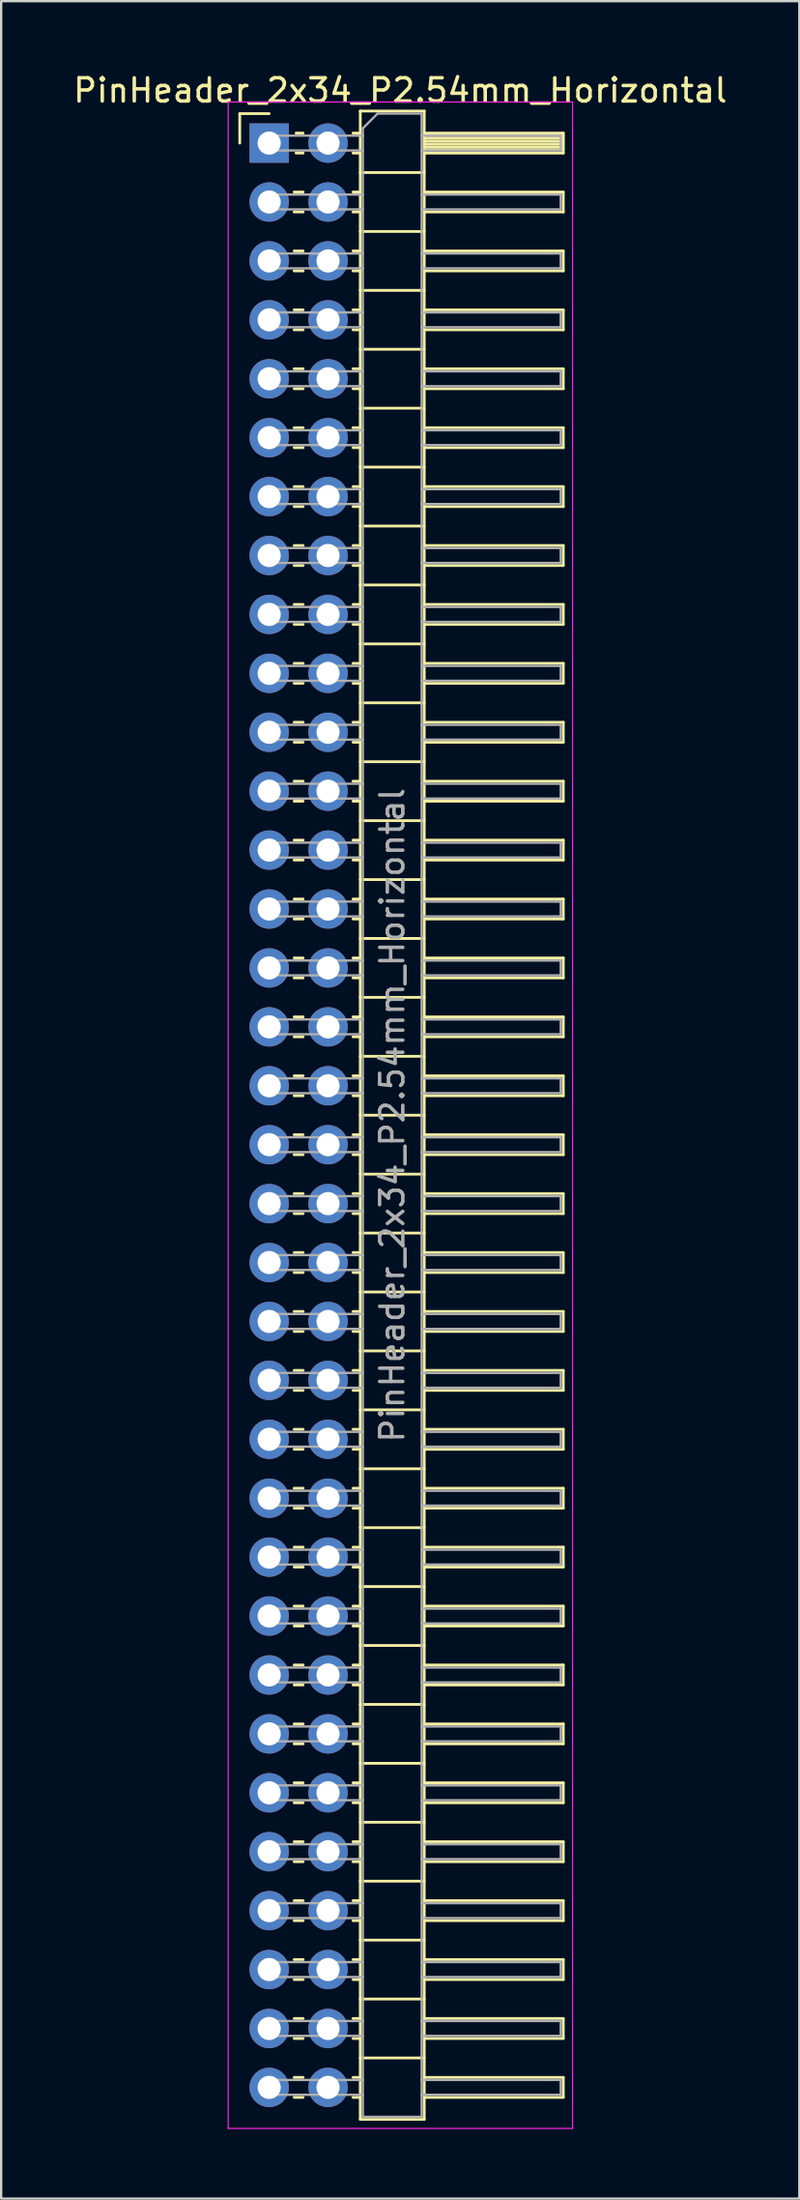
<source format=kicad_pcb>
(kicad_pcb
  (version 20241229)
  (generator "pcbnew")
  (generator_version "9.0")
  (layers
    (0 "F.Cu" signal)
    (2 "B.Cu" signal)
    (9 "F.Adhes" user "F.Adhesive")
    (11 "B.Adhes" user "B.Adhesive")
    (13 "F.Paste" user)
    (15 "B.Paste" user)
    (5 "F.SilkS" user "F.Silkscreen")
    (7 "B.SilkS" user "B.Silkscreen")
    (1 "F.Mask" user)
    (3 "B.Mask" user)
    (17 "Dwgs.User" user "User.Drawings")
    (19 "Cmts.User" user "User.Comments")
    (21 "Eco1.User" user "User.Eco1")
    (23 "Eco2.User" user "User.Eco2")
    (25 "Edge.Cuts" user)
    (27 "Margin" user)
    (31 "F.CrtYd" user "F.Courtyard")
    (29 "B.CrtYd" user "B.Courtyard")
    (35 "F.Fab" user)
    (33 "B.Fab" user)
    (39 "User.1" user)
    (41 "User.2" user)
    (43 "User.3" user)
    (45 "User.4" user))
  (footprint "PinHeader_2x34_P2.54mm_Horizontal"
    (layer "F.Cu")
    (at 8.565 3.118)
    (property "Reference" "PinHeader_2x34_P2.54mm_Horizontal" (at 5.655 -2.27 0) (layer "F.SilkS") (effects (font (size 1 1) (thickness 0.15))))
    (attr through_hole)
    (fp_line (start -1.27 -1.27) (end 0 -1.27) (stroke (width 0.12) (type solid)) (layer "F.SilkS"))
    (fp_line (start -1.27 0) (end -1.27 -1.27) (stroke (width 0.12) (type solid)) (layer "F.SilkS"))
    (fp_line (start 1.077 2.11) (end 1.463 2.11) (stroke (width 0.12) (type solid)) (layer "F.SilkS"))
    (fp_line (start 1.077 2.97) (end 1.463 2.97) (stroke (width 0.12) (type solid)) (layer "F.SilkS"))
    (fp_line (start 1.077 4.65) (end 1.463 4.65) (stroke (width 0.12) (type solid)) (layer "F.SilkS"))
    (fp_line (start 1.077 5.51) (end 1.463 5.51) (stroke (width 0.12) (type solid)) (layer "F.SilkS"))
    (fp_line (start 1.077 7.19) (end 1.463 7.19) (stroke (width 0.12) (type solid)) (layer "F.SilkS"))
    (fp_line (start 1.077 8.05) (end 1.463 8.05) (stroke (width 0.12) (type solid)) (layer "F.SilkS"))
    (fp_line (start 1.077 9.73) (end 1.463 9.73) (stroke (width 0.12) (type solid)) (layer "F.SilkS"))
    (fp_line (start 1.077 10.59) (end 1.463 10.59) (stroke (width 0.12) (type solid)) (layer "F.SilkS"))
    (fp_line (start 1.077 12.27) (end 1.463 12.27) (stroke (width 0.12) (type solid)) (layer "F.SilkS"))
    (fp_line (start 1.077 13.13) (end 1.463 13.13) (stroke (width 0.12) (type solid)) (layer "F.SilkS"))
    (fp_line (start 1.077 14.81) (end 1.463 14.81) (stroke (width 0.12) (type solid)) (layer "F.SilkS"))
    (fp_line (start 1.077 15.67) (end 1.463 15.67) (stroke (width 0.12) (type solid)) (layer "F.SilkS"))
    (fp_line (start 1.077 17.35) (end 1.463 17.35) (stroke (width 0.12) (type solid)) (layer "F.SilkS"))
    (fp_line (start 1.077 18.21) (end 1.463 18.21) (stroke (width 0.12) (type solid)) (layer "F.SilkS"))
    (fp_line (start 1.077 19.89) (end 1.463 19.89) (stroke (width 0.12) (type solid)) (layer "F.SilkS"))
    (fp_line (start 1.077 20.75) (end 1.463 20.75) (stroke (width 0.12) (type solid)) (layer "F.SilkS"))
    (fp_line (start 1.077 22.43) (end 1.463 22.43) (stroke (width 0.12) (type solid)) (layer "F.SilkS"))
    (fp_line (start 1.077 23.29) (end 1.463 23.29) (stroke (width 0.12) (type solid)) (layer "F.SilkS"))
    (fp_line (start 1.077 24.97) (end 1.463 24.97) (stroke (width 0.12) (type solid)) (layer "F.SilkS"))
    (fp_line (start 1.077 25.83) (end 1.463 25.83) (stroke (width 0.12) (type solid)) (layer "F.SilkS"))
    (fp_line (start 1.077 27.51) (end 1.463 27.51) (stroke (width 0.12) (type solid)) (layer "F.SilkS"))
    (fp_line (start 1.077 28.37) (end 1.463 28.37) (stroke (width 0.12) (type solid)) (layer "F.SilkS"))
    (fp_line (start 1.077 30.05) (end 1.463 30.05) (stroke (width 0.12) (type solid)) (layer "F.SilkS"))
    (fp_line (start 1.077 30.91) (end 1.463 30.91) (stroke (width 0.12) (type solid)) (layer "F.SilkS"))
    (fp_line (start 1.077 32.59) (end 1.463 32.59) (stroke (width 0.12) (type solid)) (layer "F.SilkS"))
    (fp_line (start 1.077 33.45) (end 1.463 33.45) (stroke (width 0.12) (type solid)) (layer "F.SilkS"))
    (fp_line (start 1.077 35.13) (end 1.463 35.13) (stroke (width 0.12) (type solid)) (layer "F.SilkS"))
    (fp_line (start 1.077 35.99) (end 1.463 35.99) (stroke (width 0.12) (type solid)) (layer "F.SilkS"))
    (fp_line (start 1.077 37.67) (end 1.463 37.67) (stroke (width 0.12) (type solid)) (layer "F.SilkS"))
    (fp_line (start 1.077 38.53) (end 1.463 38.53) (stroke (width 0.12) (type solid)) (layer "F.SilkS"))
    (fp_line (start 1.077 40.21) (end 1.463 40.21) (stroke (width 0.12) (type solid)) (layer "F.SilkS"))
    (fp_line (start 1.077 41.07) (end 1.463 41.07) (stroke (width 0.12) (type solid)) (layer "F.SilkS"))
    (fp_line (start 1.077 42.75) (end 1.463 42.75) (stroke (width 0.12) (type solid)) (layer "F.SilkS"))
    (fp_line (start 1.077 43.61) (end 1.463 43.61) (stroke (width 0.12) (type solid)) (layer "F.SilkS"))
    (fp_line (start 1.077 45.29) (end 1.463 45.29) (stroke (width 0.12) (type solid)) (layer "F.SilkS"))
    (fp_line (start 1.077 46.15) (end 1.463 46.15) (stroke (width 0.12) (type solid)) (layer "F.SilkS"))
    (fp_line (start 1.077 47.83) (end 1.463 47.83) (stroke (width 0.12) (type solid)) (layer "F.SilkS"))
    (fp_line (start 1.077 48.69) (end 1.463 48.69) (stroke (width 0.12) (type solid)) (layer "F.SilkS"))
    (fp_line (start 1.077 50.37) (end 1.463 50.37) (stroke (width 0.12) (type solid)) (layer "F.SilkS"))
    (fp_line (start 1.077 51.23) (end 1.463 51.23) (stroke (width 0.12) (type solid)) (layer "F.SilkS"))
    (fp_line (start 1.077 52.91) (end 1.463 52.91) (stroke (width 0.12) (type solid)) (layer "F.SilkS"))
    (fp_line (start 1.077 53.77) (end 1.463 53.77) (stroke (width 0.12) (type solid)) (layer "F.SilkS"))
    (fp_line (start 1.077 55.45) (end 1.463 55.45) (stroke (width 0.12) (type solid)) (layer "F.SilkS"))
    (fp_line (start 1.077 56.31) (end 1.463 56.31) (stroke (width 0.12) (type solid)) (layer "F.SilkS"))
    (fp_line (start 1.077 57.99) (end 1.463 57.99) (stroke (width 0.12) (type solid)) (layer "F.SilkS"))
    (fp_line (start 1.077 58.85) (end 1.463 58.85) (stroke (width 0.12) (type solid)) (layer "F.SilkS"))
    (fp_line (start 1.077 60.53) (end 1.463 60.53) (stroke (width 0.12) (type solid)) (layer "F.SilkS"))
    (fp_line (start 1.077 61.39) (end 1.463 61.39) (stroke (width 0.12) (type solid)) (layer "F.SilkS"))
    (fp_line (start 1.077 63.07) (end 1.463 63.07) (stroke (width 0.12) (type solid)) (layer "F.SilkS"))
    (fp_line (start 1.077 63.93) (end 1.463 63.93) (stroke (width 0.12) (type solid)) (layer "F.SilkS"))
    (fp_line (start 1.077 65.61) (end 1.463 65.61) (stroke (width 0.12) (type solid)) (layer "F.SilkS"))
    (fp_line (start 1.077 66.47) (end 1.463 66.47) (stroke (width 0.12) (type solid)) (layer "F.SilkS"))
    (fp_line (start 1.077 68.15) (end 1.463 68.15) (stroke (width 0.12) (type solid)) (layer "F.SilkS"))
    (fp_line (start 1.077 69.01) (end 1.463 69.01) (stroke (width 0.12) (type solid)) (layer "F.SilkS"))
    (fp_line (start 1.077 70.69) (end 1.463 70.69) (stroke (width 0.12) (type solid)) (layer "F.SilkS"))
    (fp_line (start 1.077 71.55) (end 1.463 71.55) (stroke (width 0.12) (type solid)) (layer "F.SilkS"))
    (fp_line (start 1.077 73.23) (end 1.463 73.23) (stroke (width 0.12) (type solid)) (layer "F.SilkS"))
    (fp_line (start 1.077 74.09) (end 1.463 74.09) (stroke (width 0.12) (type solid)) (layer "F.SilkS"))
    (fp_line (start 1.077 75.77) (end 1.463 75.77) (stroke (width 0.12) (type solid)) (layer "F.SilkS"))
    (fp_line (start 1.077 76.63) (end 1.463 76.63) (stroke (width 0.12) (type solid)) (layer "F.SilkS"))
    (fp_line (start 1.077 78.31) (end 1.463 78.31) (stroke (width 0.12) (type solid)) (layer "F.SilkS"))
    (fp_line (start 1.077 79.17) (end 1.463 79.17) (stroke (width 0.12) (type solid)) (layer "F.SilkS"))
    (fp_line (start 1.077 80.85) (end 1.463 80.85) (stroke (width 0.12) (type solid)) (layer "F.SilkS"))
    (fp_line (start 1.077 81.71) (end 1.463 81.71) (stroke (width 0.12) (type solid)) (layer "F.SilkS"))
    (fp_line (start 1.077 83.39) (end 1.463 83.39) (stroke (width 0.12) (type solid)) (layer "F.SilkS"))
    (fp_line (start 1.077 84.25) (end 1.463 84.25) (stroke (width 0.12) (type solid)) (layer "F.SilkS"))
    (fp_line (start 1.16 -0.43) (end 1.463 -0.43) (stroke (width 0.12) (type solid)) (layer "F.SilkS"))
    (fp_line (start 1.16 0.43) (end 1.463 0.43) (stroke (width 0.12) (type solid)) (layer "F.SilkS"))
    (fp_line (start 3.617 -0.43) (end 3.93 -0.43) (stroke (width 0.12) (type solid)) (layer "F.SilkS"))
    (fp_line (start 3.617 0.43) (end 3.93 0.43) (stroke (width 0.12) (type solid)) (layer "F.SilkS"))
    (fp_line (start 3.617 2.11) (end 3.93 2.11) (stroke (width 0.12) (type solid)) (layer "F.SilkS"))
    (fp_line (start 3.617 2.97) (end 3.93 2.97) (stroke (width 0.12) (type solid)) (layer "F.SilkS"))
    (fp_line (start 3.617 4.65) (end 3.93 4.65) (stroke (width 0.12) (type solid)) (layer "F.SilkS"))
    (fp_line (start 3.617 5.51) (end 3.93 5.51) (stroke (width 0.12) (type solid)) (layer "F.SilkS"))
    (fp_line (start 3.617 7.19) (end 3.93 7.19) (stroke (width 0.12) (type solid)) (layer "F.SilkS"))
    (fp_line (start 3.617 8.05) (end 3.93 8.05) (stroke (width 0.12) (type solid)) (layer "F.SilkS"))
    (fp_line (start 3.617 9.73) (end 3.93 9.73) (stroke (width 0.12) (type solid)) (layer "F.SilkS"))
    (fp_line (start 3.617 10.59) (end 3.93 10.59) (stroke (width 0.12) (type solid)) (layer "F.SilkS"))
    (fp_line (start 3.617 12.27) (end 3.93 12.27) (stroke (width 0.12) (type solid)) (layer "F.SilkS"))
    (fp_line (start 3.617 13.13) (end 3.93 13.13) (stroke (width 0.12) (type solid)) (layer "F.SilkS"))
    (fp_line (start 3.617 14.81) (end 3.93 14.81) (stroke (width 0.12) (type solid)) (layer "F.SilkS"))
    (fp_line (start 3.617 15.67) (end 3.93 15.67) (stroke (width 0.12) (type solid)) (layer "F.SilkS"))
    (fp_line (start 3.617 17.35) (end 3.93 17.35) (stroke (width 0.12) (type solid)) (layer "F.SilkS"))
    (fp_line (start 3.617 18.21) (end 3.93 18.21) (stroke (width 0.12) (type solid)) (layer "F.SilkS"))
    (fp_line (start 3.617 19.89) (end 3.93 19.89) (stroke (width 0.12) (type solid)) (layer "F.SilkS"))
    (fp_line (start 3.617 20.75) (end 3.93 20.75) (stroke (width 0.12) (type solid)) (layer "F.SilkS"))
    (fp_line (start 3.617 22.43) (end 3.93 22.43) (stroke (width 0.12) (type solid)) (layer "F.SilkS"))
    (fp_line (start 3.617 23.29) (end 3.93 23.29) (stroke (width 0.12) (type solid)) (layer "F.SilkS"))
    (fp_line (start 3.617 24.97) (end 3.93 24.97) (stroke (width 0.12) (type solid)) (layer "F.SilkS"))
    (fp_line (start 3.617 25.83) (end 3.93 25.83) (stroke (width 0.12) (type solid)) (layer "F.SilkS"))
    (fp_line (start 3.617 27.51) (end 3.93 27.51) (stroke (width 0.12) (type solid)) (layer "F.SilkS"))
    (fp_line (start 3.617 28.37) (end 3.93 28.37) (stroke (width 0.12) (type solid)) (layer "F.SilkS"))
    (fp_line (start 3.617 30.05) (end 3.93 30.05) (stroke (width 0.12) (type solid)) (layer "F.SilkS"))
    (fp_line (start 3.617 30.91) (end 3.93 30.91) (stroke (width 0.12) (type solid)) (layer "F.SilkS"))
    (fp_line (start 3.617 32.59) (end 3.93 32.59) (stroke (width 0.12) (type solid)) (layer "F.SilkS"))
    (fp_line (start 3.617 33.45) (end 3.93 33.45) (stroke (width 0.12) (type solid)) (layer "F.SilkS"))
    (fp_line (start 3.617 35.13) (end 3.93 35.13) (stroke (width 0.12) (type solid)) (layer "F.SilkS"))
    (fp_line (start 3.617 35.99) (end 3.93 35.99) (stroke (width 0.12) (type solid)) (layer "F.SilkS"))
    (fp_line (start 3.617 37.67) (end 3.93 37.67) (stroke (width 0.12) (type solid)) (layer "F.SilkS"))
    (fp_line (start 3.617 38.53) (end 3.93 38.53) (stroke (width 0.12) (type solid)) (layer "F.SilkS"))
    (fp_line (start 3.617 40.21) (end 3.93 40.21) (stroke (width 0.12) (type solid)) (layer "F.SilkS"))
    (fp_line (start 3.617 41.07) (end 3.93 41.07) (stroke (width 0.12) (type solid)) (layer "F.SilkS"))
    (fp_line (start 3.617 42.75) (end 3.93 42.75) (stroke (width 0.12) (type solid)) (layer "F.SilkS"))
    (fp_line (start 3.617 43.61) (end 3.93 43.61) (stroke (width 0.12) (type solid)) (layer "F.SilkS"))
    (fp_line (start 3.617 45.29) (end 3.93 45.29) (stroke (width 0.12) (type solid)) (layer "F.SilkS"))
    (fp_line (start 3.617 46.15) (end 3.93 46.15) (stroke (width 0.12) (type solid)) (layer "F.SilkS"))
    (fp_line (start 3.617 47.83) (end 3.93 47.83) (stroke (width 0.12) (type solid)) (layer "F.SilkS"))
    (fp_line (start 3.617 48.69) (end 3.93 48.69) (stroke (width 0.12) (type solid)) (layer "F.SilkS"))
    (fp_line (start 3.617 50.37) (end 3.93 50.37) (stroke (width 0.12) (type solid)) (layer "F.SilkS"))
    (fp_line (start 3.617 51.23) (end 3.93 51.23) (stroke (width 0.12) (type solid)) (layer "F.SilkS"))
    (fp_line (start 3.617 52.91) (end 3.93 52.91) (stroke (width 0.12) (type solid)) (layer "F.SilkS"))
    (fp_line (start 3.617 53.77) (end 3.93 53.77) (stroke (width 0.12) (type solid)) (layer "F.SilkS"))
    (fp_line (start 3.617 55.45) (end 3.93 55.45) (stroke (width 0.12) (type solid)) (layer "F.SilkS"))
    (fp_line (start 3.617 56.31) (end 3.93 56.31) (stroke (width 0.12) (type solid)) (layer "F.SilkS"))
    (fp_line (start 3.617 57.99) (end 3.93 57.99) (stroke (width 0.12) (type solid)) (layer "F.SilkS"))
    (fp_line (start 3.617 58.85) (end 3.93 58.85) (stroke (width 0.12) (type solid)) (layer "F.SilkS"))
    (fp_line (start 3.617 60.53) (end 3.93 60.53) (stroke (width 0.12) (type solid)) (layer "F.SilkS"))
    (fp_line (start 3.617 61.39) (end 3.93 61.39) (stroke (width 0.12) (type solid)) (layer "F.SilkS"))
    (fp_line (start 3.617 63.07) (end 3.93 63.07) (stroke (width 0.12) (type solid)) (layer "F.SilkS"))
    (fp_line (start 3.617 63.93) (end 3.93 63.93) (stroke (width 0.12) (type solid)) (layer "F.SilkS"))
    (fp_line (start 3.617 65.61) (end 3.93 65.61) (stroke (width 0.12) (type solid)) (layer "F.SilkS"))
    (fp_line (start 3.617 66.47) (end 3.93 66.47) (stroke (width 0.12) (type solid)) (layer "F.SilkS"))
    (fp_line (start 3.617 68.15) (end 3.93 68.15) (stroke (width 0.12) (type solid)) (layer "F.SilkS"))
    (fp_line (start 3.617 69.01) (end 3.93 69.01) (stroke (width 0.12) (type solid)) (layer "F.SilkS"))
    (fp_line (start 3.617 70.69) (end 3.93 70.69) (stroke (width 0.12) (type solid)) (layer "F.SilkS"))
    (fp_line (start 3.617 71.55) (end 3.93 71.55) (stroke (width 0.12) (type solid)) (layer "F.SilkS"))
    (fp_line (start 3.617 73.23) (end 3.93 73.23) (stroke (width 0.12) (type solid)) (layer "F.SilkS"))
    (fp_line (start 3.617 74.09) (end 3.93 74.09) (stroke (width 0.12) (type solid)) (layer "F.SilkS"))
    (fp_line (start 3.617 75.77) (end 3.93 75.77) (stroke (width 0.12) (type solid)) (layer "F.SilkS"))
    (fp_line (start 3.617 76.63) (end 3.93 76.63) (stroke (width 0.12) (type solid)) (layer "F.SilkS"))
    (fp_line (start 3.617 78.31) (end 3.93 78.31) (stroke (width 0.12) (type solid)) (layer "F.SilkS"))
    (fp_line (start 3.617 79.17) (end 3.93 79.17) (stroke (width 0.12) (type solid)) (layer "F.SilkS"))
    (fp_line (start 3.617 80.85) (end 3.93 80.85) (stroke (width 0.12) (type solid)) (layer "F.SilkS"))
    (fp_line (start 3.617 81.71) (end 3.93 81.71) (stroke (width 0.12) (type solid)) (layer "F.SilkS"))
    (fp_line (start 3.617 83.39) (end 3.93 83.39) (stroke (width 0.12) (type solid)) (layer "F.SilkS"))
    (fp_line (start 3.617 84.25) (end 3.93 84.25) (stroke (width 0.12) (type solid)) (layer "F.SilkS"))
    (fp_line (start 3.93 -1.38) (end 3.93 85.2) (stroke (width 0.12) (type solid)) (layer "F.SilkS"))
    (fp_line (start 3.93 1.27) (end 6.69 1.27) (stroke (width 0.12) (type solid)) (layer "F.SilkS"))
    (fp_line (start 3.93 3.81) (end 6.69 3.81) (stroke (width 0.12) (type solid)) (layer "F.SilkS"))
    (fp_line (start 3.93 6.35) (end 6.69 6.35) (stroke (width 0.12) (type solid)) (layer "F.SilkS"))
    (fp_line (start 3.93 8.89) (end 6.69 8.89) (stroke (width 0.12) (type solid)) (layer "F.SilkS"))
    (fp_line (start 3.93 11.43) (end 6.69 11.43) (stroke (width 0.12) (type solid)) (layer "F.SilkS"))
    (fp_line (start 3.93 13.97) (end 6.69 13.97) (stroke (width 0.12) (type solid)) (layer "F.SilkS"))
    (fp_line (start 3.93 16.51) (end 6.69 16.51) (stroke (width 0.12) (type solid)) (layer "F.SilkS"))
    (fp_line (start 3.93 19.05) (end 6.69 19.05) (stroke (width 0.12) (type solid)) (layer "F.SilkS"))
    (fp_line (start 3.93 21.59) (end 6.69 21.59) (stroke (width 0.12) (type solid)) (layer "F.SilkS"))
    (fp_line (start 3.93 24.13) (end 6.69 24.13) (stroke (width 0.12) (type solid)) (layer "F.SilkS"))
    (fp_line (start 3.93 26.67) (end 6.69 26.67) (stroke (width 0.12) (type solid)) (layer "F.SilkS"))
    (fp_line (start 3.93 29.21) (end 6.69 29.21) (stroke (width 0.12) (type solid)) (layer "F.SilkS"))
    (fp_line (start 3.93 31.75) (end 6.69 31.75) (stroke (width 0.12) (type solid)) (layer "F.SilkS"))
    (fp_line (start 3.93 34.29) (end 6.69 34.29) (stroke (width 0.12) (type solid)) (layer "F.SilkS"))
    (fp_line (start 3.93 36.83) (end 6.69 36.83) (stroke (width 0.12) (type solid)) (layer "F.SilkS"))
    (fp_line (start 3.93 39.37) (end 6.69 39.37) (stroke (width 0.12) (type solid)) (layer "F.SilkS"))
    (fp_line (start 3.93 41.91) (end 6.69 41.91) (stroke (width 0.12) (type solid)) (layer "F.SilkS"))
    (fp_line (start 3.93 44.45) (end 6.69 44.45) (stroke (width 0.12) (type solid)) (layer "F.SilkS"))
    (fp_line (start 3.93 46.99) (end 6.69 46.99) (stroke (width 0.12) (type solid)) (layer "F.SilkS"))
    (fp_line (start 3.93 49.53) (end 6.69 49.53) (stroke (width 0.12) (type solid)) (layer "F.SilkS"))
    (fp_line (start 3.93 52.07) (end 6.69 52.07) (stroke (width 0.12) (type solid)) (layer "F.SilkS"))
    (fp_line (start 3.93 54.61) (end 6.69 54.61) (stroke (width 0.12) (type solid)) (layer "F.SilkS"))
    (fp_line (start 3.93 57.15) (end 6.69 57.15) (stroke (width 0.12) (type solid)) (layer "F.SilkS"))
    (fp_line (start 3.93 59.69) (end 6.69 59.69) (stroke (width 0.12) (type solid)) (layer "F.SilkS"))
    (fp_line (start 3.93 62.23) (end 6.69 62.23) (stroke (width 0.12) (type solid)) (layer "F.SilkS"))
    (fp_line (start 3.93 64.77) (end 6.69 64.77) (stroke (width 0.12) (type solid)) (layer "F.SilkS"))
    (fp_line (start 3.93 67.31) (end 6.69 67.31) (stroke (width 0.12) (type solid)) (layer "F.SilkS"))
    (fp_line (start 3.93 69.85) (end 6.69 69.85) (stroke (width 0.12) (type solid)) (layer "F.SilkS"))
    (fp_line (start 3.93 72.39) (end 6.69 72.39) (stroke (width 0.12) (type solid)) (layer "F.SilkS"))
    (fp_line (start 3.93 74.93) (end 6.69 74.93) (stroke (width 0.12) (type solid)) (layer "F.SilkS"))
    (fp_line (start 3.93 77.47) (end 6.69 77.47) (stroke (width 0.12) (type solid)) (layer "F.SilkS"))
    (fp_line (start 3.93 80.01) (end 6.69 80.01) (stroke (width 0.12) (type solid)) (layer "F.SilkS"))
    (fp_line (start 3.93 82.55) (end 6.69 82.55) (stroke (width 0.12) (type solid)) (layer "F.SilkS"))
    (fp_line (start 3.93 85.2) (end 6.69 85.2) (stroke (width 0.12) (type solid)) (layer "F.SilkS"))
    (fp_line (start 6.69 -1.38) (end 3.93 -1.38) (stroke (width 0.12) (type solid)) (layer "F.SilkS"))
    (fp_line (start 6.69 -0.43) (end 12.69 -0.43) (stroke (width 0.12) (type solid)) (layer "F.SilkS"))
    (fp_line (start 6.69 -0.32) (end 12.69 -0.32) (stroke (width 0.12) (type solid)) (layer "F.SilkS"))
    (fp_line (start 6.69 -0.2) (end 12.69 -0.2) (stroke (width 0.12) (type solid)) (layer "F.SilkS"))
    (fp_line (start 6.69 -0.08) (end 12.69 -0.08) (stroke (width 0.12) (type solid)) (layer "F.SilkS"))
    (fp_line (start 6.69 0.04) (end 12.69 0.04) (stroke (width 0.12) (type solid)) (layer "F.SilkS"))
    (fp_line (start 6.69 0.16) (end 12.69 0.16) (stroke (width 0.12) (type solid)) (layer "F.SilkS"))
    (fp_line (start 6.69 0.28) (end 12.69 0.28) (stroke (width 0.12) (type solid)) (layer "F.SilkS"))
    (fp_line (start 6.69 2.11) (end 12.69 2.11) (stroke (width 0.12) (type solid)) (layer "F.SilkS"))
    (fp_line (start 6.69 4.65) (end 12.69 4.65) (stroke (width 0.12) (type solid)) (layer "F.SilkS"))
    (fp_line (start 6.69 7.19) (end 12.69 7.19) (stroke (width 0.12) (type solid)) (layer "F.SilkS"))
    (fp_line (start 6.69 9.73) (end 12.69 9.73) (stroke (width 0.12) (type solid)) (layer "F.SilkS"))
    (fp_line (start 6.69 12.27) (end 12.69 12.27) (stroke (width 0.12) (type solid)) (layer "F.SilkS"))
    (fp_line (start 6.69 14.81) (end 12.69 14.81) (stroke (width 0.12) (type solid)) (layer "F.SilkS"))
    (fp_line (start 6.69 17.35) (end 12.69 17.35) (stroke (width 0.12) (type solid)) (layer "F.SilkS"))
    (fp_line (start 6.69 19.89) (end 12.69 19.89) (stroke (width 0.12) (type solid)) (layer "F.SilkS"))
    (fp_line (start 6.69 22.43) (end 12.69 22.43) (stroke (width 0.12) (type solid)) (layer "F.SilkS"))
    (fp_line (start 6.69 24.97) (end 12.69 24.97) (stroke (width 0.12) (type solid)) (layer "F.SilkS"))
    (fp_line (start 6.69 27.51) (end 12.69 27.51) (stroke (width 0.12) (type solid)) (layer "F.SilkS"))
    (fp_line (start 6.69 30.05) (end 12.69 30.05) (stroke (width 0.12) (type solid)) (layer "F.SilkS"))
    (fp_line (start 6.69 32.59) (end 12.69 32.59) (stroke (width 0.12) (type solid)) (layer "F.SilkS"))
    (fp_line (start 6.69 35.13) (end 12.69 35.13) (stroke (width 0.12) (type solid)) (layer "F.SilkS"))
    (fp_line (start 6.69 37.67) (end 12.69 37.67) (stroke (width 0.12) (type solid)) (layer "F.SilkS"))
    (fp_line (start 6.69 40.21) (end 12.69 40.21) (stroke (width 0.12) (type solid)) (layer "F.SilkS"))
    (fp_line (start 6.69 42.75) (end 12.69 42.75) (stroke (width 0.12) (type solid)) (layer "F.SilkS"))
    (fp_line (start 6.69 45.29) (end 12.69 45.29) (stroke (width 0.12) (type solid)) (layer "F.SilkS"))
    (fp_line (start 6.69 47.83) (end 12.69 47.83) (stroke (width 0.12) (type solid)) (layer "F.SilkS"))
    (fp_line (start 6.69 50.37) (end 12.69 50.37) (stroke (width 0.12) (type solid)) (layer "F.SilkS"))
    (fp_line (start 6.69 52.91) (end 12.69 52.91) (stroke (width 0.12) (type solid)) (layer "F.SilkS"))
    (fp_line (start 6.69 55.45) (end 12.69 55.45) (stroke (width 0.12) (type solid)) (layer "F.SilkS"))
    (fp_line (start 6.69 57.99) (end 12.69 57.99) (stroke (width 0.12) (type solid)) (layer "F.SilkS"))
    (fp_line (start 6.69 60.53) (end 12.69 60.53) (stroke (width 0.12) (type solid)) (layer "F.SilkS"))
    (fp_line (start 6.69 63.07) (end 12.69 63.07) (stroke (width 0.12) (type solid)) (layer "F.SilkS"))
    (fp_line (start 6.69 65.61) (end 12.69 65.61) (stroke (width 0.12) (type solid)) (layer "F.SilkS"))
    (fp_line (start 6.69 68.15) (end 12.69 68.15) (stroke (width 0.12) (type solid)) (layer "F.SilkS"))
    (fp_line (start 6.69 70.69) (end 12.69 70.69) (stroke (width 0.12) (type solid)) (layer "F.SilkS"))
    (fp_line (start 6.69 73.23) (end 12.69 73.23) (stroke (width 0.12) (type solid)) (layer "F.SilkS"))
    (fp_line (start 6.69 75.77) (end 12.69 75.77) (stroke (width 0.12) (type solid)) (layer "F.SilkS"))
    (fp_line (start 6.69 78.31) (end 12.69 78.31) (stroke (width 0.12) (type solid)) (layer "F.SilkS"))
    (fp_line (start 6.69 80.85) (end 12.69 80.85) (stroke (width 0.12) (type solid)) (layer "F.SilkS"))
    (fp_line (start 6.69 83.39) (end 12.69 83.39) (stroke (width 0.12) (type solid)) (layer "F.SilkS"))
    (fp_line (start 6.69 85.2) (end 6.69 -1.38) (stroke (width 0.12) (type solid)) (layer "F.SilkS"))
    (fp_line (start 12.69 -0.43) (end 12.69 0.43) (stroke (width 0.12) (type solid)) (layer "F.SilkS"))
    (fp_line (start 12.69 0.43) (end 6.69 0.43) (stroke (width 0.12) (type solid)) (layer "F.SilkS"))
    (fp_line (start 12.69 2.11) (end 12.69 2.97) (stroke (width 0.12) (type solid)) (layer "F.SilkS"))
    (fp_line (start 12.69 2.97) (end 6.69 2.97) (stroke (width 0.12) (type solid)) (layer "F.SilkS"))
    (fp_line (start 12.69 4.65) (end 12.69 5.51) (stroke (width 0.12) (type solid)) (layer "F.SilkS"))
    (fp_line (start 12.69 5.51) (end 6.69 5.51) (stroke (width 0.12) (type solid)) (layer "F.SilkS"))
    (fp_line (start 12.69 7.19) (end 12.69 8.05) (stroke (width 0.12) (type solid)) (layer "F.SilkS"))
    (fp_line (start 12.69 8.05) (end 6.69 8.05) (stroke (width 0.12) (type solid)) (layer "F.SilkS"))
    (fp_line (start 12.69 9.73) (end 12.69 10.59) (stroke (width 0.12) (type solid)) (layer "F.SilkS"))
    (fp_line (start 12.69 10.59) (end 6.69 10.59) (stroke (width 0.12) (type solid)) (layer "F.SilkS"))
    (fp_line (start 12.69 12.27) (end 12.69 13.13) (stroke (width 0.12) (type solid)) (layer "F.SilkS"))
    (fp_line (start 12.69 13.13) (end 6.69 13.13) (stroke (width 0.12) (type solid)) (layer "F.SilkS"))
    (fp_line (start 12.69 14.81) (end 12.69 15.67) (stroke (width 0.12) (type solid)) (layer "F.SilkS"))
    (fp_line (start 12.69 15.67) (end 6.69 15.67) (stroke (width 0.12) (type solid)) (layer "F.SilkS"))
    (fp_line (start 12.69 17.35) (end 12.69 18.21) (stroke (width 0.12) (type solid)) (layer "F.SilkS"))
    (fp_line (start 12.69 18.21) (end 6.69 18.21) (stroke (width 0.12) (type solid)) (layer "F.SilkS"))
    (fp_line (start 12.69 19.89) (end 12.69 20.75) (stroke (width 0.12) (type solid)) (layer "F.SilkS"))
    (fp_line (start 12.69 20.75) (end 6.69 20.75) (stroke (width 0.12) (type solid)) (layer "F.SilkS"))
    (fp_line (start 12.69 22.43) (end 12.69 23.29) (stroke (width 0.12) (type solid)) (layer "F.SilkS"))
    (fp_line (start 12.69 23.29) (end 6.69 23.29) (stroke (width 0.12) (type solid)) (layer "F.SilkS"))
    (fp_line (start 12.69 24.97) (end 12.69 25.83) (stroke (width 0.12) (type solid)) (layer "F.SilkS"))
    (fp_line (start 12.69 25.83) (end 6.69 25.83) (stroke (width 0.12) (type solid)) (layer "F.SilkS"))
    (fp_line (start 12.69 27.51) (end 12.69 28.37) (stroke (width 0.12) (type solid)) (layer "F.SilkS"))
    (fp_line (start 12.69 28.37) (end 6.69 28.37) (stroke (width 0.12) (type solid)) (layer "F.SilkS"))
    (fp_line (start 12.69 30.05) (end 12.69 30.91) (stroke (width 0.12) (type solid)) (layer "F.SilkS"))
    (fp_line (start 12.69 30.91) (end 6.69 30.91) (stroke (width 0.12) (type solid)) (layer "F.SilkS"))
    (fp_line (start 12.69 32.59) (end 12.69 33.45) (stroke (width 0.12) (type solid)) (layer "F.SilkS"))
    (fp_line (start 12.69 33.45) (end 6.69 33.45) (stroke (width 0.12) (type solid)) (layer "F.SilkS"))
    (fp_line (start 12.69 35.13) (end 12.69 35.99) (stroke (width 0.12) (type solid)) (layer "F.SilkS"))
    (fp_line (start 12.69 35.99) (end 6.69 35.99) (stroke (width 0.12) (type solid)) (layer "F.SilkS"))
    (fp_line (start 12.69 37.67) (end 12.69 38.53) (stroke (width 0.12) (type solid)) (layer "F.SilkS"))
    (fp_line (start 12.69 38.53) (end 6.69 38.53) (stroke (width 0.12) (type solid)) (layer "F.SilkS"))
    (fp_line (start 12.69 40.21) (end 12.69 41.07) (stroke (width 0.12) (type solid)) (layer "F.SilkS"))
    (fp_line (start 12.69 41.07) (end 6.69 41.07) (stroke (width 0.12) (type solid)) (layer "F.SilkS"))
    (fp_line (start 12.69 42.75) (end 12.69 43.61) (stroke (width 0.12) (type solid)) (layer "F.SilkS"))
    (fp_line (start 12.69 43.61) (end 6.69 43.61) (stroke (width 0.12) (type solid)) (layer "F.SilkS"))
    (fp_line (start 12.69 45.29) (end 12.69 46.15) (stroke (width 0.12) (type solid)) (layer "F.SilkS"))
    (fp_line (start 12.69 46.15) (end 6.69 46.15) (stroke (width 0.12) (type solid)) (layer "F.SilkS"))
    (fp_line (start 12.69 47.83) (end 12.69 48.69) (stroke (width 0.12) (type solid)) (layer "F.SilkS"))
    (fp_line (start 12.69 48.69) (end 6.69 48.69) (stroke (width 0.12) (type solid)) (layer "F.SilkS"))
    (fp_line (start 12.69 50.37) (end 12.69 51.23) (stroke (width 0.12) (type solid)) (layer "F.SilkS"))
    (fp_line (start 12.69 51.23) (end 6.69 51.23) (stroke (width 0.12) (type solid)) (layer "F.SilkS"))
    (fp_line (start 12.69 52.91) (end 12.69 53.77) (stroke (width 0.12) (type solid)) (layer "F.SilkS"))
    (fp_line (start 12.69 53.77) (end 6.69 53.77) (stroke (width 0.12) (type solid)) (layer "F.SilkS"))
    (fp_line (start 12.69 55.45) (end 12.69 56.31) (stroke (width 0.12) (type solid)) (layer "F.SilkS"))
    (fp_line (start 12.69 56.31) (end 6.69 56.31) (stroke (width 0.12) (type solid)) (layer "F.SilkS"))
    (fp_line (start 12.69 57.99) (end 12.69 58.85) (stroke (width 0.12) (type solid)) (layer "F.SilkS"))
    (fp_line (start 12.69 58.85) (end 6.69 58.85) (stroke (width 0.12) (type solid)) (layer "F.SilkS"))
    (fp_line (start 12.69 60.53) (end 12.69 61.39) (stroke (width 0.12) (type solid)) (layer "F.SilkS"))
    (fp_line (start 12.69 61.39) (end 6.69 61.39) (stroke (width 0.12) (type solid)) (layer "F.SilkS"))
    (fp_line (start 12.69 63.07) (end 12.69 63.93) (stroke (width 0.12) (type solid)) (layer "F.SilkS"))
    (fp_line (start 12.69 63.93) (end 6.69 63.93) (stroke (width 0.12) (type solid)) (layer "F.SilkS"))
    (fp_line (start 12.69 65.61) (end 12.69 66.47) (stroke (width 0.12) (type solid)) (layer "F.SilkS"))
    (fp_line (start 12.69 66.47) (end 6.69 66.47) (stroke (width 0.12) (type solid)) (layer "F.SilkS"))
    (fp_line (start 12.69 68.15) (end 12.69 69.01) (stroke (width 0.12) (type solid)) (layer "F.SilkS"))
    (fp_line (start 12.69 69.01) (end 6.69 69.01) (stroke (width 0.12) (type solid)) (layer "F.SilkS"))
    (fp_line (start 12.69 70.69) (end 12.69 71.55) (stroke (width 0.12) (type solid)) (layer "F.SilkS"))
    (fp_line (start 12.69 71.55) (end 6.69 71.55) (stroke (width 0.12) (type solid)) (layer "F.SilkS"))
    (fp_line (start 12.69 73.23) (end 12.69 74.09) (stroke (width 0.12) (type solid)) (layer "F.SilkS"))
    (fp_line (start 12.69 74.09) (end 6.69 74.09) (stroke (width 0.12) (type solid)) (layer "F.SilkS"))
    (fp_line (start 12.69 75.77) (end 12.69 76.63) (stroke (width 0.12) (type solid)) (layer "F.SilkS"))
    (fp_line (start 12.69 76.63) (end 6.69 76.63) (stroke (width 0.12) (type solid)) (layer "F.SilkS"))
    (fp_line (start 12.69 78.31) (end 12.69 79.17) (stroke (width 0.12) (type solid)) (layer "F.SilkS"))
    (fp_line (start 12.69 79.17) (end 6.69 79.17) (stroke (width 0.12) (type solid)) (layer "F.SilkS"))
    (fp_line (start 12.69 80.85) (end 12.69 81.71) (stroke (width 0.12) (type solid)) (layer "F.SilkS"))
    (fp_line (start 12.69 81.71) (end 6.69 81.71) (stroke (width 0.12) (type solid)) (layer "F.SilkS"))
    (fp_line (start 12.69 83.39) (end 12.69 84.25) (stroke (width 0.12) (type solid)) (layer "F.SilkS"))
    (fp_line (start 12.69 84.25) (end 6.69 84.25) (stroke (width 0.12) (type solid)) (layer "F.SilkS"))
    (fp_line (start -1.77 -1.77) (end -1.77 85.59) (stroke (width 0.05) (type solid)) (layer "F.CrtYd"))
    (fp_line (start -1.77 85.59) (end 13.09 85.59) (stroke (width 0.05) (type solid)) (layer "F.CrtYd"))
    (fp_line (start 13.09 -1.77) (end -1.77 -1.77) (stroke (width 0.05) (type solid)) (layer "F.CrtYd"))
    (fp_line (start 13.09 85.59) (end 13.09 -1.77) (stroke (width 0.05) (type solid)) (layer "F.CrtYd"))
    (fp_line (start -0.32 -0.32) (end -0.32 0.32) (stroke (width 0.1) (type solid)) (layer "F.Fab"))
    (fp_line (start -0.32 -0.32) (end 4.04 -0.32) (stroke (width 0.1) (type solid)) (layer "F.Fab"))
    (fp_line (start -0.32 0.32) (end 4.04 0.32) (stroke (width 0.1) (type solid)) (layer "F.Fab"))
    (fp_line (start -0.32 2.22) (end -0.32 2.86) (stroke (width 0.1) (type solid)) (layer "F.Fab"))
    (fp_line (start -0.32 2.22) (end 4.04 2.22) (stroke (width 0.1) (type solid)) (layer "F.Fab"))
    (fp_line (start -0.32 2.86) (end 4.04 2.86) (stroke (width 0.1) (type solid)) (layer "F.Fab"))
    (fp_line (start -0.32 4.76) (end -0.32 5.4) (stroke (width 0.1) (type solid)) (layer "F.Fab"))
    (fp_line (start -0.32 4.76) (end 4.04 4.76) (stroke (width 0.1) (type solid)) (layer "F.Fab"))
    (fp_line (start -0.32 5.4) (end 4.04 5.4) (stroke (width 0.1) (type solid)) (layer "F.Fab"))
    (fp_line (start -0.32 7.3) (end -0.32 7.94) (stroke (width 0.1) (type solid)) (layer "F.Fab"))
    (fp_line (start -0.32 7.3) (end 4.04 7.3) (stroke (width 0.1) (type solid)) (layer "F.Fab"))
    (fp_line (start -0.32 7.94) (end 4.04 7.94) (stroke (width 0.1) (type solid)) (layer "F.Fab"))
    (fp_line (start -0.32 9.84) (end -0.32 10.48) (stroke (width 0.1) (type solid)) (layer "F.Fab"))
    (fp_line (start -0.32 9.84) (end 4.04 9.84) (stroke (width 0.1) (type solid)) (layer "F.Fab"))
    (fp_line (start -0.32 10.48) (end 4.04 10.48) (stroke (width 0.1) (type solid)) (layer "F.Fab"))
    (fp_line (start -0.32 12.38) (end -0.32 13.02) (stroke (width 0.1) (type solid)) (layer "F.Fab"))
    (fp_line (start -0.32 12.38) (end 4.04 12.38) (stroke (width 0.1) (type solid)) (layer "F.Fab"))
    (fp_line (start -0.32 13.02) (end 4.04 13.02) (stroke (width 0.1) (type solid)) (layer "F.Fab"))
    (fp_line (start -0.32 14.92) (end -0.32 15.56) (stroke (width 0.1) (type solid)) (layer "F.Fab"))
    (fp_line (start -0.32 14.92) (end 4.04 14.92) (stroke (width 0.1) (type solid)) (layer "F.Fab"))
    (fp_line (start -0.32 15.56) (end 4.04 15.56) (stroke (width 0.1) (type solid)) (layer "F.Fab"))
    (fp_line (start -0.32 17.46) (end -0.32 18.1) (stroke (width 0.1) (type solid)) (layer "F.Fab"))
    (fp_line (start -0.32 17.46) (end 4.04 17.46) (stroke (width 0.1) (type solid)) (layer "F.Fab"))
    (fp_line (start -0.32 18.1) (end 4.04 18.1) (stroke (width 0.1) (type solid)) (layer "F.Fab"))
    (fp_line (start -0.32 20) (end -0.32 20.64) (stroke (width 0.1) (type solid)) (layer "F.Fab"))
    (fp_line (start -0.32 20) (end 4.04 20) (stroke (width 0.1) (type solid)) (layer "F.Fab"))
    (fp_line (start -0.32 20.64) (end 4.04 20.64) (stroke (width 0.1) (type solid)) (layer "F.Fab"))
    (fp_line (start -0.32 22.54) (end -0.32 23.18) (stroke (width 0.1) (type solid)) (layer "F.Fab"))
    (fp_line (start -0.32 22.54) (end 4.04 22.54) (stroke (width 0.1) (type solid)) (layer "F.Fab"))
    (fp_line (start -0.32 23.18) (end 4.04 23.18) (stroke (width 0.1) (type solid)) (layer "F.Fab"))
    (fp_line (start -0.32 25.08) (end -0.32 25.72) (stroke (width 0.1) (type solid)) (layer "F.Fab"))
    (fp_line (start -0.32 25.08) (end 4.04 25.08) (stroke (width 0.1) (type solid)) (layer "F.Fab"))
    (fp_line (start -0.32 25.72) (end 4.04 25.72) (stroke (width 0.1) (type solid)) (layer "F.Fab"))
    (fp_line (start -0.32 27.62) (end -0.32 28.26) (stroke (width 0.1) (type solid)) (layer "F.Fab"))
    (fp_line (start -0.32 27.62) (end 4.04 27.62) (stroke (width 0.1) (type solid)) (layer "F.Fab"))
    (fp_line (start -0.32 28.26) (end 4.04 28.26) (stroke (width 0.1) (type solid)) (layer "F.Fab"))
    (fp_line (start -0.32 30.16) (end -0.32 30.8) (stroke (width 0.1) (type solid)) (layer "F.Fab"))
    (fp_line (start -0.32 30.16) (end 4.04 30.16) (stroke (width 0.1) (type solid)) (layer "F.Fab"))
    (fp_line (start -0.32 30.8) (end 4.04 30.8) (stroke (width 0.1) (type solid)) (layer "F.Fab"))
    (fp_line (start -0.32 32.7) (end -0.32 33.34) (stroke (width 0.1) (type solid)) (layer "F.Fab"))
    (fp_line (start -0.32 32.7) (end 4.04 32.7) (stroke (width 0.1) (type solid)) (layer "F.Fab"))
    (fp_line (start -0.32 33.34) (end 4.04 33.34) (stroke (width 0.1) (type solid)) (layer "F.Fab"))
    (fp_line (start -0.32 35.24) (end -0.32 35.88) (stroke (width 0.1) (type solid)) (layer "F.Fab"))
    (fp_line (start -0.32 35.24) (end 4.04 35.24) (stroke (width 0.1) (type solid)) (layer "F.Fab"))
    (fp_line (start -0.32 35.88) (end 4.04 35.88) (stroke (width 0.1) (type solid)) (layer "F.Fab"))
    (fp_line (start -0.32 37.78) (end -0.32 38.42) (stroke (width 0.1) (type solid)) (layer "F.Fab"))
    (fp_line (start -0.32 37.78) (end 4.04 37.78) (stroke (width 0.1) (type solid)) (layer "F.Fab"))
    (fp_line (start -0.32 38.42) (end 4.04 38.42) (stroke (width 0.1) (type solid)) (layer "F.Fab"))
    (fp_line (start -0.32 40.32) (end -0.32 40.96) (stroke (width 0.1) (type solid)) (layer "F.Fab"))
    (fp_line (start -0.32 40.32) (end 4.04 40.32) (stroke (width 0.1) (type solid)) (layer "F.Fab"))
    (fp_line (start -0.32 40.96) (end 4.04 40.96) (stroke (width 0.1) (type solid)) (layer "F.Fab"))
    (fp_line (start -0.32 42.86) (end -0.32 43.5) (stroke (width 0.1) (type solid)) (layer "F.Fab"))
    (fp_line (start -0.32 42.86) (end 4.04 42.86) (stroke (width 0.1) (type solid)) (layer "F.Fab"))
    (fp_line (start -0.32 43.5) (end 4.04 43.5) (stroke (width 0.1) (type solid)) (layer "F.Fab"))
    (fp_line (start -0.32 45.4) (end -0.32 46.04) (stroke (width 0.1) (type solid)) (layer "F.Fab"))
    (fp_line (start -0.32 45.4) (end 4.04 45.4) (stroke (width 0.1) (type solid)) (layer "F.Fab"))
    (fp_line (start -0.32 46.04) (end 4.04 46.04) (stroke (width 0.1) (type solid)) (layer "F.Fab"))
    (fp_line (start -0.32 47.94) (end -0.32 48.58) (stroke (width 0.1) (type solid)) (layer "F.Fab"))
    (fp_line (start -0.32 47.94) (end 4.04 47.94) (stroke (width 0.1) (type solid)) (layer "F.Fab"))
    (fp_line (start -0.32 48.58) (end 4.04 48.58) (stroke (width 0.1) (type solid)) (layer "F.Fab"))
    (fp_line (start -0.32 50.48) (end -0.32 51.12) (stroke (width 0.1) (type solid)) (layer "F.Fab"))
    (fp_line (start -0.32 50.48) (end 4.04 50.48) (stroke (width 0.1) (type solid)) (layer "F.Fab"))
    (fp_line (start -0.32 51.12) (end 4.04 51.12) (stroke (width 0.1) (type solid)) (layer "F.Fab"))
    (fp_line (start -0.32 53.02) (end -0.32 53.66) (stroke (width 0.1) (type solid)) (layer "F.Fab"))
    (fp_line (start -0.32 53.02) (end 4.04 53.02) (stroke (width 0.1) (type solid)) (layer "F.Fab"))
    (fp_line (start -0.32 53.66) (end 4.04 53.66) (stroke (width 0.1) (type solid)) (layer "F.Fab"))
    (fp_line (start -0.32 55.56) (end -0.32 56.2) (stroke (width 0.1) (type solid)) (layer "F.Fab"))
    (fp_line (start -0.32 55.56) (end 4.04 55.56) (stroke (width 0.1) (type solid)) (layer "F.Fab"))
    (fp_line (start -0.32 56.2) (end 4.04 56.2) (stroke (width 0.1) (type solid)) (layer "F.Fab"))
    (fp_line (start -0.32 58.1) (end -0.32 58.74) (stroke (width 0.1) (type solid)) (layer "F.Fab"))
    (fp_line (start -0.32 58.1) (end 4.04 58.1) (stroke (width 0.1) (type solid)) (layer "F.Fab"))
    (fp_line (start -0.32 58.74) (end 4.04 58.74) (stroke (width 0.1) (type solid)) (layer "F.Fab"))
    (fp_line (start -0.32 60.64) (end -0.32 61.28) (stroke (width 0.1) (type solid)) (layer "F.Fab"))
    (fp_line (start -0.32 60.64) (end 4.04 60.64) (stroke (width 0.1) (type solid)) (layer "F.Fab"))
    (fp_line (start -0.32 61.28) (end 4.04 61.28) (stroke (width 0.1) (type solid)) (layer "F.Fab"))
    (fp_line (start -0.32 63.18) (end -0.32 63.82) (stroke (width 0.1) (type solid)) (layer "F.Fab"))
    (fp_line (start -0.32 63.18) (end 4.04 63.18) (stroke (width 0.1) (type solid)) (layer "F.Fab"))
    (fp_line (start -0.32 63.82) (end 4.04 63.82) (stroke (width 0.1) (type solid)) (layer "F.Fab"))
    (fp_line (start -0.32 65.72) (end -0.32 66.36) (stroke (width 0.1) (type solid)) (layer "F.Fab"))
    (fp_line (start -0.32 65.72) (end 4.04 65.72) (stroke (width 0.1) (type solid)) (layer "F.Fab"))
    (fp_line (start -0.32 66.36) (end 4.04 66.36) (stroke (width 0.1) (type solid)) (layer "F.Fab"))
    (fp_line (start -0.32 68.26) (end -0.32 68.9) (stroke (width 0.1) (type solid)) (layer "F.Fab"))
    (fp_line (start -0.32 68.26) (end 4.04 68.26) (stroke (width 0.1) (type solid)) (layer "F.Fab"))
    (fp_line (start -0.32 68.9) (end 4.04 68.9) (stroke (width 0.1) (type solid)) (layer "F.Fab"))
    (fp_line (start -0.32 70.8) (end -0.32 71.44) (stroke (width 0.1) (type solid)) (layer "F.Fab"))
    (fp_line (start -0.32 70.8) (end 4.04 70.8) (stroke (width 0.1) (type solid)) (layer "F.Fab"))
    (fp_line (start -0.32 71.44) (end 4.04 71.44) (stroke (width 0.1) (type solid)) (layer "F.Fab"))
    (fp_line (start -0.32 73.34) (end -0.32 73.98) (stroke (width 0.1) (type solid)) (layer "F.Fab"))
    (fp_line (start -0.32 73.34) (end 4.04 73.34) (stroke (width 0.1) (type solid)) (layer "F.Fab"))
    (fp_line (start -0.32 73.98) (end 4.04 73.98) (stroke (width 0.1) (type solid)) (layer "F.Fab"))
    (fp_line (start -0.32 75.88) (end -0.32 76.52) (stroke (width 0.1) (type solid)) (layer "F.Fab"))
    (fp_line (start -0.32 75.88) (end 4.04 75.88) (stroke (width 0.1) (type solid)) (layer "F.Fab"))
    (fp_line (start -0.32 76.52) (end 4.04 76.52) (stroke (width 0.1) (type solid)) (layer "F.Fab"))
    (fp_line (start -0.32 78.42) (end -0.32 79.06) (stroke (width 0.1) (type solid)) (layer "F.Fab"))
    (fp_line (start -0.32 78.42) (end 4.04 78.42) (stroke (width 0.1) (type solid)) (layer "F.Fab"))
    (fp_line (start -0.32 79.06) (end 4.04 79.06) (stroke (width 0.1) (type solid)) (layer "F.Fab"))
    (fp_line (start -0.32 80.96) (end -0.32 81.6) (stroke (width 0.1) (type solid)) (layer "F.Fab"))
    (fp_line (start -0.32 80.96) (end 4.04 80.96) (stroke (width 0.1) (type solid)) (layer "F.Fab"))
    (fp_line (start -0.32 81.6) (end 4.04 81.6) (stroke (width 0.1) (type solid)) (layer "F.Fab"))
    (fp_line (start -0.32 83.5) (end -0.32 84.14) (stroke (width 0.1) (type solid)) (layer "F.Fab"))
    (fp_line (start -0.32 83.5) (end 4.04 83.5) (stroke (width 0.1) (type solid)) (layer "F.Fab"))
    (fp_line (start -0.32 84.14) (end 4.04 84.14) (stroke (width 0.1) (type solid)) (layer "F.Fab"))
    (fp_line (start 4.04 -0.635) (end 4.675 -1.27) (stroke (width 0.1) (type solid)) (layer "F.Fab"))
    (fp_line (start 4.04 85.09) (end 4.04 -0.635) (stroke (width 0.1) (type solid)) (layer "F.Fab"))
    (fp_line (start 4.675 -1.27) (end 6.58 -1.27) (stroke (width 0.1) (type solid)) (layer "F.Fab"))
    (fp_line (start 6.58 -1.27) (end 6.58 85.09) (stroke (width 0.1) (type solid)) (layer "F.Fab"))
    (fp_line (start 6.58 -0.32) (end 12.58 -0.32) (stroke (width 0.1) (type solid)) (layer "F.Fab"))
    (fp_line (start 6.58 0.32) (end 12.58 0.32) (stroke (width 0.1) (type solid)) (layer "F.Fab"))
    (fp_line (start 6.58 2.22) (end 12.58 2.22) (stroke (width 0.1) (type solid)) (layer "F.Fab"))
    (fp_line (start 6.58 2.86) (end 12.58 2.86) (stroke (width 0.1) (type solid)) (layer "F.Fab"))
    (fp_line (start 6.58 4.76) (end 12.58 4.76) (stroke (width 0.1) (type solid)) (layer "F.Fab"))
    (fp_line (start 6.58 5.4) (end 12.58 5.4) (stroke (width 0.1) (type solid)) (layer "F.Fab"))
    (fp_line (start 6.58 7.3) (end 12.58 7.3) (stroke (width 0.1) (type solid)) (layer "F.Fab"))
    (fp_line (start 6.58 7.94) (end 12.58 7.94) (stroke (width 0.1) (type solid)) (layer "F.Fab"))
    (fp_line (start 6.58 9.84) (end 12.58 9.84) (stroke (width 0.1) (type solid)) (layer "F.Fab"))
    (fp_line (start 6.58 10.48) (end 12.58 10.48) (stroke (width 0.1) (type solid)) (layer "F.Fab"))
    (fp_line (start 6.58 12.38) (end 12.58 12.38) (stroke (width 0.1) (type solid)) (layer "F.Fab"))
    (fp_line (start 6.58 13.02) (end 12.58 13.02) (stroke (width 0.1) (type solid)) (layer "F.Fab"))
    (fp_line (start 6.58 14.92) (end 12.58 14.92) (stroke (width 0.1) (type solid)) (layer "F.Fab"))
    (fp_line (start 6.58 15.56) (end 12.58 15.56) (stroke (width 0.1) (type solid)) (layer "F.Fab"))
    (fp_line (start 6.58 17.46) (end 12.58 17.46) (stroke (width 0.1) (type solid)) (layer "F.Fab"))
    (fp_line (start 6.58 18.1) (end 12.58 18.1) (stroke (width 0.1) (type solid)) (layer "F.Fab"))
    (fp_line (start 6.58 20) (end 12.58 20) (stroke (width 0.1) (type solid)) (layer "F.Fab"))
    (fp_line (start 6.58 20.64) (end 12.58 20.64) (stroke (width 0.1) (type solid)) (layer "F.Fab"))
    (fp_line (start 6.58 22.54) (end 12.58 22.54) (stroke (width 0.1) (type solid)) (layer "F.Fab"))
    (fp_line (start 6.58 23.18) (end 12.58 23.18) (stroke (width 0.1) (type solid)) (layer "F.Fab"))
    (fp_line (start 6.58 25.08) (end 12.58 25.08) (stroke (width 0.1) (type solid)) (layer "F.Fab"))
    (fp_line (start 6.58 25.72) (end 12.58 25.72) (stroke (width 0.1) (type solid)) (layer "F.Fab"))
    (fp_line (start 6.58 27.62) (end 12.58 27.62) (stroke (width 0.1) (type solid)) (layer "F.Fab"))
    (fp_line (start 6.58 28.26) (end 12.58 28.26) (stroke (width 0.1) (type solid)) (layer "F.Fab"))
    (fp_line (start 6.58 30.16) (end 12.58 30.16) (stroke (width 0.1) (type solid)) (layer "F.Fab"))
    (fp_line (start 6.58 30.8) (end 12.58 30.8) (stroke (width 0.1) (type solid)) (layer "F.Fab"))
    (fp_line (start 6.58 32.7) (end 12.58 32.7) (stroke (width 0.1) (type solid)) (layer "F.Fab"))
    (fp_line (start 6.58 33.34) (end 12.58 33.34) (stroke (width 0.1) (type solid)) (layer "F.Fab"))
    (fp_line (start 6.58 35.24) (end 12.58 35.24) (stroke (width 0.1) (type solid)) (layer "F.Fab"))
    (fp_line (start 6.58 35.88) (end 12.58 35.88) (stroke (width 0.1) (type solid)) (layer "F.Fab"))
    (fp_line (start 6.58 37.78) (end 12.58 37.78) (stroke (width 0.1) (type solid)) (layer "F.Fab"))
    (fp_line (start 6.58 38.42) (end 12.58 38.42) (stroke (width 0.1) (type solid)) (layer "F.Fab"))
    (fp_line (start 6.58 40.32) (end 12.58 40.32) (stroke (width 0.1) (type solid)) (layer "F.Fab"))
    (fp_line (start 6.58 40.96) (end 12.58 40.96) (stroke (width 0.1) (type solid)) (layer "F.Fab"))
    (fp_line (start 6.58 42.86) (end 12.58 42.86) (stroke (width 0.1) (type solid)) (layer "F.Fab"))
    (fp_line (start 6.58 43.5) (end 12.58 43.5) (stroke (width 0.1) (type solid)) (layer "F.Fab"))
    (fp_line (start 6.58 45.4) (end 12.58 45.4) (stroke (width 0.1) (type solid)) (layer "F.Fab"))
    (fp_line (start 6.58 46.04) (end 12.58 46.04) (stroke (width 0.1) (type solid)) (layer "F.Fab"))
    (fp_line (start 6.58 47.94) (end 12.58 47.94) (stroke (width 0.1) (type solid)) (layer "F.Fab"))
    (fp_line (start 6.58 48.58) (end 12.58 48.58) (stroke (width 0.1) (type solid)) (layer "F.Fab"))
    (fp_line (start 6.58 50.48) (end 12.58 50.48) (stroke (width 0.1) (type solid)) (layer "F.Fab"))
    (fp_line (start 6.58 51.12) (end 12.58 51.12) (stroke (width 0.1) (type solid)) (layer "F.Fab"))
    (fp_line (start 6.58 53.02) (end 12.58 53.02) (stroke (width 0.1) (type solid)) (layer "F.Fab"))
    (fp_line (start 6.58 53.66) (end 12.58 53.66) (stroke (width 0.1) (type solid)) (layer "F.Fab"))
    (fp_line (start 6.58 55.56) (end 12.58 55.56) (stroke (width 0.1) (type solid)) (layer "F.Fab"))
    (fp_line (start 6.58 56.2) (end 12.58 56.2) (stroke (width 0.1) (type solid)) (layer "F.Fab"))
    (fp_line (start 6.58 58.1) (end 12.58 58.1) (stroke (width 0.1) (type solid)) (layer "F.Fab"))
    (fp_line (start 6.58 58.74) (end 12.58 58.74) (stroke (width 0.1) (type solid)) (layer "F.Fab"))
    (fp_line (start 6.58 60.64) (end 12.58 60.64) (stroke (width 0.1) (type solid)) (layer "F.Fab"))
    (fp_line (start 6.58 61.28) (end 12.58 61.28) (stroke (width 0.1) (type solid)) (layer "F.Fab"))
    (fp_line (start 6.58 63.18) (end 12.58 63.18) (stroke (width 0.1) (type solid)) (layer "F.Fab"))
    (fp_line (start 6.58 63.82) (end 12.58 63.82) (stroke (width 0.1) (type solid)) (layer "F.Fab"))
    (fp_line (start 6.58 65.72) (end 12.58 65.72) (stroke (width 0.1) (type solid)) (layer "F.Fab"))
    (fp_line (start 6.58 66.36) (end 12.58 66.36) (stroke (width 0.1) (type solid)) (layer "F.Fab"))
    (fp_line (start 6.58 68.26) (end 12.58 68.26) (stroke (width 0.1) (type solid)) (layer "F.Fab"))
    (fp_line (start 6.58 68.9) (end 12.58 68.9) (stroke (width 0.1) (type solid)) (layer "F.Fab"))
    (fp_line (start 6.58 70.8) (end 12.58 70.8) (stroke (width 0.1) (type solid)) (layer "F.Fab"))
    (fp_line (start 6.58 71.44) (end 12.58 71.44) (stroke (width 0.1) (type solid)) (layer "F.Fab"))
    (fp_line (start 6.58 73.34) (end 12.58 73.34) (stroke (width 0.1) (type solid)) (layer "F.Fab"))
    (fp_line (start 6.58 73.98) (end 12.58 73.98) (stroke (width 0.1) (type solid)) (layer "F.Fab"))
    (fp_line (start 6.58 75.88) (end 12.58 75.88) (stroke (width 0.1) (type solid)) (layer "F.Fab"))
    (fp_line (start 6.58 76.52) (end 12.58 76.52) (stroke (width 0.1) (type solid)) (layer "F.Fab"))
    (fp_line (start 6.58 78.42) (end 12.58 78.42) (stroke (width 0.1) (type solid)) (layer "F.Fab"))
    (fp_line (start 6.58 79.06) (end 12.58 79.06) (stroke (width 0.1) (type solid)) (layer "F.Fab"))
    (fp_line (start 6.58 80.96) (end 12.58 80.96) (stroke (width 0.1) (type solid)) (layer "F.Fab"))
    (fp_line (start 6.58 81.6) (end 12.58 81.6) (stroke (width 0.1) (type solid)) (layer "F.Fab"))
    (fp_line (start 6.58 83.5) (end 12.58 83.5) (stroke (width 0.1) (type solid)) (layer "F.Fab"))
    (fp_line (start 6.58 84.14) (end 12.58 84.14) (stroke (width 0.1) (type solid)) (layer "F.Fab"))
    (fp_line (start 6.58 85.09) (end 4.04 85.09) (stroke (width 0.1) (type solid)) (layer "F.Fab"))
    (fp_line (start 12.58 -0.32) (end 12.58 0.32) (stroke (width 0.1) (type solid)) (layer "F.Fab"))
    (fp_line (start 12.58 2.22) (end 12.58 2.86) (stroke (width 0.1) (type solid)) (layer "F.Fab"))
    (fp_line (start 12.58 4.76) (end 12.58 5.4) (stroke (width 0.1) (type solid)) (layer "F.Fab"))
    (fp_line (start 12.58 7.3) (end 12.58 7.94) (stroke (width 0.1) (type solid)) (layer "F.Fab"))
    (fp_line (start 12.58 9.84) (end 12.58 10.48) (stroke (width 0.1) (type solid)) (layer "F.Fab"))
    (fp_line (start 12.58 12.38) (end 12.58 13.02) (stroke (width 0.1) (type solid)) (layer "F.Fab"))
    (fp_line (start 12.58 14.92) (end 12.58 15.56) (stroke (width 0.1) (type solid)) (layer "F.Fab"))
    (fp_line (start 12.58 17.46) (end 12.58 18.1) (stroke (width 0.1) (type solid)) (layer "F.Fab"))
    (fp_line (start 12.58 20) (end 12.58 20.64) (stroke (width 0.1) (type solid)) (layer "F.Fab"))
    (fp_line (start 12.58 22.54) (end 12.58 23.18) (stroke (width 0.1) (type solid)) (layer "F.Fab"))
    (fp_line (start 12.58 25.08) (end 12.58 25.72) (stroke (width 0.1) (type solid)) (layer "F.Fab"))
    (fp_line (start 12.58 27.62) (end 12.58 28.26) (stroke (width 0.1) (type solid)) (layer "F.Fab"))
    (fp_line (start 12.58 30.16) (end 12.58 30.8) (stroke (width 0.1) (type solid)) (layer "F.Fab"))
    (fp_line (start 12.58 32.7) (end 12.58 33.34) (stroke (width 0.1) (type solid)) (layer "F.Fab"))
    (fp_line (start 12.58 35.24) (end 12.58 35.88) (stroke (width 0.1) (type solid)) (layer "F.Fab"))
    (fp_line (start 12.58 37.78) (end 12.58 38.42) (stroke (width 0.1) (type solid)) (layer "F.Fab"))
    (fp_line (start 12.58 40.32) (end 12.58 40.96) (stroke (width 0.1) (type solid)) (layer "F.Fab"))
    (fp_line (start 12.58 42.86) (end 12.58 43.5) (stroke (width 0.1) (type solid)) (layer "F.Fab"))
    (fp_line (start 12.58 45.4) (end 12.58 46.04) (stroke (width 0.1) (type solid)) (layer "F.Fab"))
    (fp_line (start 12.58 47.94) (end 12.58 48.58) (stroke (width 0.1) (type solid)) (layer "F.Fab"))
    (fp_line (start 12.58 50.48) (end 12.58 51.12) (stroke (width 0.1) (type solid)) (layer "F.Fab"))
    (fp_line (start 12.58 53.02) (end 12.58 53.66) (stroke (width 0.1) (type solid)) (layer "F.Fab"))
    (fp_line (start 12.58 55.56) (end 12.58 56.2) (stroke (width 0.1) (type solid)) (layer "F.Fab"))
    (fp_line (start 12.58 58.1) (end 12.58 58.74) (stroke (width 0.1) (type solid)) (layer "F.Fab"))
    (fp_line (start 12.58 60.64) (end 12.58 61.28) (stroke (width 0.1) (type solid)) (layer "F.Fab"))
    (fp_line (start 12.58 63.18) (end 12.58 63.82) (stroke (width 0.1) (type solid)) (layer "F.Fab"))
    (fp_line (start 12.58 65.72) (end 12.58 66.36) (stroke (width 0.1) (type solid)) (layer "F.Fab"))
    (fp_line (start 12.58 68.26) (end 12.58 68.9) (stroke (width 0.1) (type solid)) (layer "F.Fab"))
    (fp_line (start 12.58 70.8) (end 12.58 71.44) (stroke (width 0.1) (type solid)) (layer "F.Fab"))
    (fp_line (start 12.58 73.34) (end 12.58 73.98) (stroke (width 0.1) (type solid)) (layer "F.Fab"))
    (fp_line (start 12.58 75.88) (end 12.58 76.52) (stroke (width 0.1) (type solid)) (layer "F.Fab"))
    (fp_line (start 12.58 78.42) (end 12.58 79.06) (stroke (width 0.1) (type solid)) (layer "F.Fab"))
    (fp_line (start 12.58 80.96) (end 12.58 81.6) (stroke (width 0.1) (type solid)) (layer "F.Fab"))
    (fp_line (start 12.58 83.5) (end 12.58 84.14) (stroke (width 0.1) (type solid)) (layer "F.Fab"))
    (fp_text user "${REFERENCE}" (at 5.31 41.91 90) (layer "F.Fab") (effects (font (size 1 1) (thickness 0.15))))
    (pad "1" thru_hole rect (at 0 0) (size 1.7 1.7) (drill 1) (layers "*.Cu" "*.Mask"))
    (pad "2" thru_hole circle (at 2.54 0) (size 1.7 1.7) (drill 1) (layers "*.Cu" "*.Mask"))
    (pad "3" thru_hole circle (at 0 2.54) (size 1.7 1.7) (drill 1) (layers "*.Cu" "*.Mask"))
    (pad "4" thru_hole circle (at 2.54 2.54) (size 1.7 1.7) (drill 1) (layers "*.Cu" "*.Mask"))
    (pad "5" thru_hole circle (at 0 5.08) (size 1.7 1.7) (drill 1) (layers "*.Cu" "*.Mask"))
    (pad "6" thru_hole circle (at 2.54 5.08) (size 1.7 1.7) (drill 1) (layers "*.Cu" "*.Mask"))
    (pad "7" thru_hole circle (at 0 7.62) (size 1.7 1.7) (drill 1) (layers "*.Cu" "*.Mask"))
    (pad "8" thru_hole circle (at 2.54 7.62) (size 1.7 1.7) (drill 1) (layers "*.Cu" "*.Mask"))
    (pad "9" thru_hole circle (at 0 10.16) (size 1.7 1.7) (drill 1) (layers "*.Cu" "*.Mask"))
    (pad "10" thru_hole circle (at 2.54 10.16) (size 1.7 1.7) (drill 1) (layers "*.Cu" "*.Mask"))
    (pad "11" thru_hole circle (at 0 12.7) (size 1.7 1.7) (drill 1) (layers "*.Cu" "*.Mask"))
    (pad "12" thru_hole circle (at 2.54 12.7) (size 1.7 1.7) (drill 1) (layers "*.Cu" "*.Mask"))
    (pad "13" thru_hole circle (at 0 15.24) (size 1.7 1.7) (drill 1) (layers "*.Cu" "*.Mask"))
    (pad "14" thru_hole circle (at 2.54 15.24) (size 1.7 1.7) (drill 1) (layers "*.Cu" "*.Mask"))
    (pad "15" thru_hole circle (at 0 17.78) (size 1.7 1.7) (drill 1) (layers "*.Cu" "*.Mask"))
    (pad "16" thru_hole circle (at 2.54 17.78) (size 1.7 1.7) (drill 1) (layers "*.Cu" "*.Mask"))
    (pad "17" thru_hole circle (at 0 20.32) (size 1.7 1.7) (drill 1) (layers "*.Cu" "*.Mask"))
    (pad "18" thru_hole circle (at 2.54 20.32) (size 1.7 1.7) (drill 1) (layers "*.Cu" "*.Mask"))
    (pad "19" thru_hole circle (at 0 22.86) (size 1.7 1.7) (drill 1) (layers "*.Cu" "*.Mask"))
    (pad "20" thru_hole circle (at 2.54 22.86) (size 1.7 1.7) (drill 1) (layers "*.Cu" "*.Mask"))
    (pad "21" thru_hole circle (at 0 25.4) (size 1.7 1.7) (drill 1) (layers "*.Cu" "*.Mask"))
    (pad "22" thru_hole circle (at 2.54 25.4) (size 1.7 1.7) (drill 1) (layers "*.Cu" "*.Mask"))
    (pad "23" thru_hole circle (at 0 27.94) (size 1.7 1.7) (drill 1) (layers "*.Cu" "*.Mask"))
    (pad "24" thru_hole circle (at 2.54 27.94) (size 1.7 1.7) (drill 1) (layers "*.Cu" "*.Mask"))
    (pad "25" thru_hole circle (at 0 30.48) (size 1.7 1.7) (drill 1) (layers "*.Cu" "*.Mask"))
    (pad "26" thru_hole circle (at 2.54 30.48) (size 1.7 1.7) (drill 1) (layers "*.Cu" "*.Mask"))
    (pad "27" thru_hole circle (at 0 33.02) (size 1.7 1.7) (drill 1) (layers "*.Cu" "*.Mask"))
    (pad "28" thru_hole circle (at 2.54 33.02) (size 1.7 1.7) (drill 1) (layers "*.Cu" "*.Mask"))
    (pad "29" thru_hole circle (at 0 35.56) (size 1.7 1.7) (drill 1) (layers "*.Cu" "*.Mask"))
    (pad "30" thru_hole circle (at 2.54 35.56) (size 1.7 1.7) (drill 1) (layers "*.Cu" "*.Mask"))
    (pad "31" thru_hole circle (at 0 38.1) (size 1.7 1.7) (drill 1) (layers "*.Cu" "*.Mask"))
    (pad "32" thru_hole circle (at 2.54 38.1) (size 1.7 1.7) (drill 1) (layers "*.Cu" "*.Mask"))
    (pad "33" thru_hole circle (at 0 40.64) (size 1.7 1.7) (drill 1) (layers "*.Cu" "*.Mask"))
    (pad "34" thru_hole circle (at 2.54 40.64) (size 1.7 1.7) (drill 1) (layers "*.Cu" "*.Mask"))
    (pad "35" thru_hole circle (at 0 43.18) (size 1.7 1.7) (drill 1) (layers "*.Cu" "*.Mask"))
    (pad "36" thru_hole circle (at 2.54 43.18) (size 1.7 1.7) (drill 1) (layers "*.Cu" "*.Mask"))
    (pad "37" thru_hole circle (at 0 45.72) (size 1.7 1.7) (drill 1) (layers "*.Cu" "*.Mask"))
    (pad "38" thru_hole circle (at 2.54 45.72) (size 1.7 1.7) (drill 1) (layers "*.Cu" "*.Mask"))
    (pad "39" thru_hole circle (at 0 48.26) (size 1.7 1.7) (drill 1) (layers "*.Cu" "*.Mask"))
    (pad "40" thru_hole circle (at 2.54 48.26) (size 1.7 1.7) (drill 1) (layers "*.Cu" "*.Mask"))
    (pad "41" thru_hole circle (at 0 50.8) (size 1.7 1.7) (drill 1) (layers "*.Cu" "*.Mask"))
    (pad "42" thru_hole circle (at 2.54 50.8) (size 1.7 1.7) (drill 1) (layers "*.Cu" "*.Mask"))
    (pad "43" thru_hole circle (at 0 53.34) (size 1.7 1.7) (drill 1) (layers "*.Cu" "*.Mask"))
    (pad "44" thru_hole circle (at 2.54 53.34) (size 1.7 1.7) (drill 1) (layers "*.Cu" "*.Mask"))
    (pad "45" thru_hole circle (at 0 55.88) (size 1.7 1.7) (drill 1) (layers "*.Cu" "*.Mask"))
    (pad "46" thru_hole circle (at 2.54 55.88) (size 1.7 1.7) (drill 1) (layers "*.Cu" "*.Mask"))
    (pad "47" thru_hole circle (at 0 58.42) (size 1.7 1.7) (drill 1) (layers "*.Cu" "*.Mask"))
    (pad "48" thru_hole circle (at 2.54 58.42) (size 1.7 1.7) (drill 1) (layers "*.Cu" "*.Mask"))
    (pad "49" thru_hole circle (at 0 60.96) (size 1.7 1.7) (drill 1) (layers "*.Cu" "*.Mask"))
    (pad "50" thru_hole circle (at 2.54 60.96) (size 1.7 1.7) (drill 1) (layers "*.Cu" "*.Mask"))
    (pad "51" thru_hole circle (at 0 63.5) (size 1.7 1.7) (drill 1) (layers "*.Cu" "*.Mask"))
    (pad "52" thru_hole circle (at 2.54 63.5) (size 1.7 1.7) (drill 1) (layers "*.Cu" "*.Mask"))
    (pad "53" thru_hole circle (at 0 66.04) (size 1.7 1.7) (drill 1) (layers "*.Cu" "*.Mask"))
    (pad "54" thru_hole circle (at 2.54 66.04) (size 1.7 1.7) (drill 1) (layers "*.Cu" "*.Mask"))
    (pad "55" thru_hole circle (at 0 68.58) (size 1.7 1.7) (drill 1) (layers "*.Cu" "*.Mask"))
    (pad "56" thru_hole circle (at 2.54 68.58) (size 1.7 1.7) (drill 1) (layers "*.Cu" "*.Mask"))
    (pad "57" thru_hole circle (at 0 71.12) (size 1.7 1.7) (drill 1) (layers "*.Cu" "*.Mask"))
    (pad "58" thru_hole circle (at 2.54 71.12) (size 1.7 1.7) (drill 1) (layers "*.Cu" "*.Mask"))
    (pad "59" thru_hole circle (at 0 73.66) (size 1.7 1.7) (drill 1) (layers "*.Cu" "*.Mask"))
    (pad "60" thru_hole circle (at 2.54 73.66) (size 1.7 1.7) (drill 1) (layers "*.Cu" "*.Mask"))
    (pad "61" thru_hole circle (at 0 76.2) (size 1.7 1.7) (drill 1) (layers "*.Cu" "*.Mask"))
    (pad "62" thru_hole circle (at 2.54 76.2) (size 1.7 1.7) (drill 1) (layers "*.Cu" "*.Mask"))
    (pad "63" thru_hole circle (at 0 78.74) (size 1.7 1.7) (drill 1) (layers "*.Cu" "*.Mask"))
    (pad "64" thru_hole circle (at 2.54 78.74) (size 1.7 1.7) (drill 1) (layers "*.Cu" "*.Mask"))
    (pad "65" thru_hole circle (at 0 81.28) (size 1.7 1.7) (drill 1) (layers "*.Cu" "*.Mask"))
    (pad "66" thru_hole circle (at 2.54 81.28) (size 1.7 1.7) (drill 1) (layers "*.Cu" "*.Mask"))
    (pad "67" thru_hole circle (at 0 83.82) (size 1.7 1.7) (drill 1) (layers "*.Cu" "*.Mask"))
    (pad "68" thru_hole circle (at 2.54 83.82) (size 1.7 1.7) (drill 1) (layers "*.Cu" "*.Mask")))
  (gr_rect
    (start -3 -3)
    (end 31.44 91.733)
    (stroke (width 0.1) (type default))
    (fill no)
    (layer "Edge.Cuts")))
</source>
